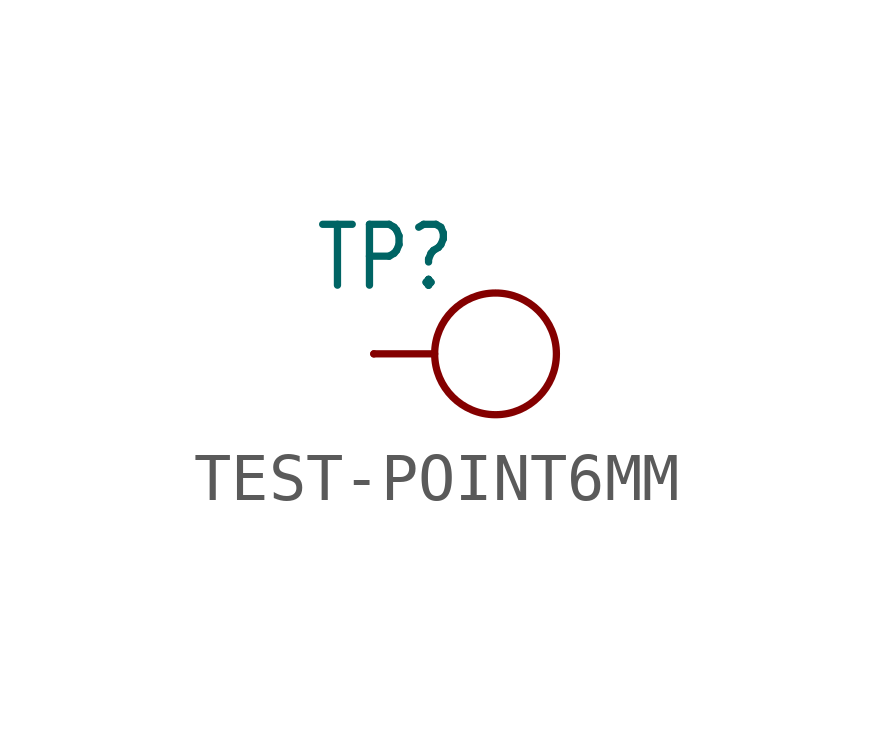
<source format=kicad_sym>
(kicad_symbol_lib
  (version 20211014)
  (generator kicad_symbol_editor)
  (symbol "TEST-POINT6MM"
    (property "Reference" "TP"
      (at -3.81 1.27 0)
      (effects (font (size 1.27 1.079)) (justify left bottom)))
    (property "ki_locked" ""
      (at 0 0 0)
      (effects (font (size 1.27 1.27))))
    (symbol "TEST-POINT6MM_1_0"
      (polyline (pts (xy -2.54 0) (xy -1.27 0)) (stroke (width 0.152) (type default) (color 0 0 0 0)) (fill (type none)))
      (circle (center 0 0) (radius 1.27) (stroke (width 0.152) (type default) (color 0 0 0 0)) (fill (type none)))
      (pin bidirectional line (at -2.54 0 0) (length 0) (name "T" (effects (font (size 0 0)))) (number "1" (effects (font (size 0 0))))))))
</source>
